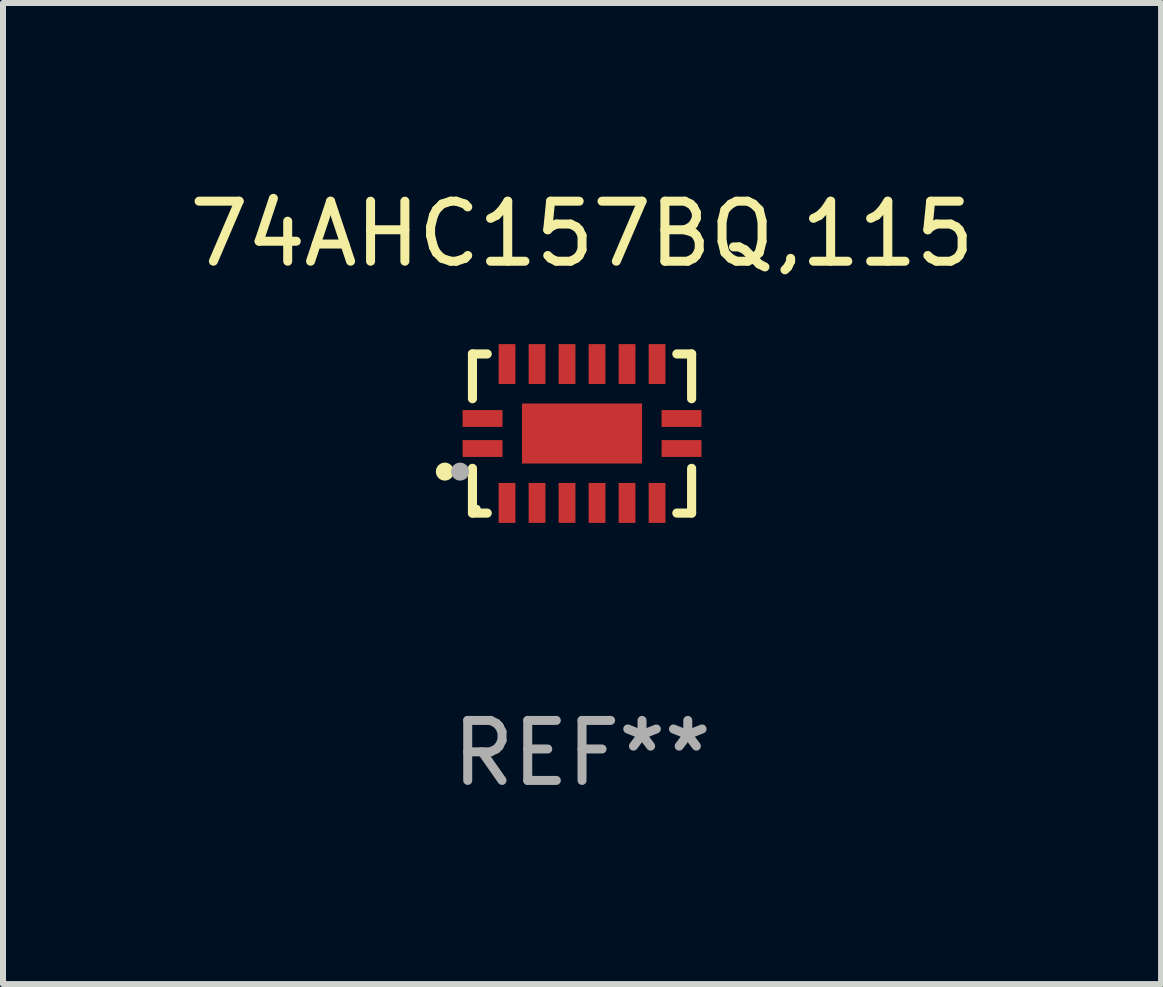
<source format=kicad_pcb>
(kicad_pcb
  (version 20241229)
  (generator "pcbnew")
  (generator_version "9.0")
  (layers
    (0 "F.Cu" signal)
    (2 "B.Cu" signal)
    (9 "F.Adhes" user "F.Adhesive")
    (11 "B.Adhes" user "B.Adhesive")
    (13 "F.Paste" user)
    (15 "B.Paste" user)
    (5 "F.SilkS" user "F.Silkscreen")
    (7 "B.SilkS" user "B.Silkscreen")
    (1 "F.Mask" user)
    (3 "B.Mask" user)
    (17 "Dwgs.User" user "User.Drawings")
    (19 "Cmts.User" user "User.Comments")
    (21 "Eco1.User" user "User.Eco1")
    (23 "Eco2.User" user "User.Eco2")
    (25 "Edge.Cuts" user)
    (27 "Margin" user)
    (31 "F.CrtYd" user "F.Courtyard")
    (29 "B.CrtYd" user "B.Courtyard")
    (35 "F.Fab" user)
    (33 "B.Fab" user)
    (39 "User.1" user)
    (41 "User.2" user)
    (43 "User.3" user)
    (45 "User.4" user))
  (footprint "74AHC157BQ,115"
    (layer "F.Cu")
    (at 6.649 4.174)
    (property "Reference" "74AHC157BQ,115" (at 0 -3.326 0) (layer "F.SilkS") (effects (font (size 1 1) (thickness 0.15))))
    (attr through_hole)
    (fp_line (start -1.826 -1.326) (end -1.58 -1.326) (stroke (width 0.152) (type solid)) (layer "F.SilkS"))
    (fp_line (start -1.826 -0.58) (end -1.826 -1.326) (stroke (width 0.152) (type solid)) (layer "F.SilkS"))
    (fp_line (start -1.826 0.58) (end -1.826 1.326) (stroke (width 0.152) (type solid)) (layer "F.SilkS"))
    (fp_line (start -1.826 1.326) (end -1.58 1.326) (stroke (width 0.152) (type solid)) (layer "F.SilkS"))
    (fp_line (start 1.826 -1.326) (end 1.58 -1.326) (stroke (width 0.152) (type solid)) (layer "F.SilkS"))
    (fp_line (start 1.826 -0.58) (end 1.826 -1.326) (stroke (width 0.152) (type solid)) (layer "F.SilkS"))
    (fp_line (start 1.826 0.58) (end 1.826 1.326) (stroke (width 0.152) (type solid)) (layer "F.SilkS"))
    (fp_line (start 1.826 1.326) (end 1.58 1.326) (stroke (width 0.152) (type solid)) (layer "F.SilkS"))
    (fp_circle (center -2.286 0.635) (end -2.211 0.635) (stroke (width 0.15) (type solid)) (fill no) (layer "F.SilkS"))
    (fp_circle (center -1.75 1.25) (end -1.72 1.25) (stroke (width 0.06) (type solid)) (fill no) (layer "F.SilkS"))
    (fp_circle (center -2.032 0.635) (end -1.957 0.635) (stroke (width 0.15) (type solid)) (fill no) (layer "F.Fab"))
    (fp_text user "REF**" (at 0 5.326 0) (layer "F.Fab") (effects (font (size 1 1) (thickness 0.15))))
    (pad "1" smd rect (at -1.658 0.25) (size 0.665 0.28) (layers "F.Cu" "F.Mask" "F.Paste"))
    (pad "2" smd rect (at -1.25 1.157) (size 0.28 0.665) (layers "F.Cu" "F.Mask" "F.Paste"))
    (pad "3" smd rect (at -0.75 1.157) (size 0.28 0.665) (layers "F.Cu" "F.Mask" "F.Paste"))
    (pad "4" smd rect (at -0.25 1.157) (size 0.28 0.665) (layers "F.Cu" "F.Mask" "F.Paste"))
    (pad "5" smd rect (at 0.25 1.157) (size 0.28 0.665) (layers "F.Cu" "F.Mask" "F.Paste"))
    (pad "6" smd rect (at 0.75 1.157) (size 0.28 0.665) (layers "F.Cu" "F.Mask" "F.Paste"))
    (pad "7" smd rect (at 1.25 1.157) (size 0.28 0.665) (layers "F.Cu" "F.Mask" "F.Paste"))
    (pad "8" smd rect (at 1.658 0.25) (size 0.665 0.28) (layers "F.Cu" "F.Mask" "F.Paste"))
    (pad "9" smd rect (at 1.658 -0.25) (size 0.665 0.28) (layers "F.Cu" "F.Mask" "F.Paste"))
    (pad "10" smd rect (at 1.25 -1.157) (size 0.28 0.665) (layers "F.Cu" "F.Mask" "F.Paste"))
    (pad "11" smd rect (at 0.75 -1.157) (size 0.28 0.665) (layers "F.Cu" "F.Mask" "F.Paste"))
    (pad "12" smd rect (at 0.25 -1.157) (size 0.28 0.665) (layers "F.Cu" "F.Mask" "F.Paste"))
    (pad "13" smd rect (at -0.25 -1.157) (size 0.28 0.665) (layers "F.Cu" "F.Mask" "F.Paste"))
    (pad "14" smd rect (at -0.75 -1.157) (size 0.28 0.665) (layers "F.Cu" "F.Mask" "F.Paste"))
    (pad "15" smd rect (at -1.25 -1.157) (size 0.28 0.665) (layers "F.Cu" "F.Mask" "F.Paste"))
    (pad "16" smd rect (at -1.658 -0.25) (size 0.665 0.28) (layers "F.Cu" "F.Mask" "F.Paste"))
    (pad "17" smd rect (at 0 0) (size 2 1) (layers "F.Cu" "F.Mask" "F.Paste")))
  (gr_rect
    (start -3 -3)
    (end 16.298 13.349)
    (stroke (width 0.1) (type default))
    (fill no)
    (layer "Edge.Cuts")))
</source>
